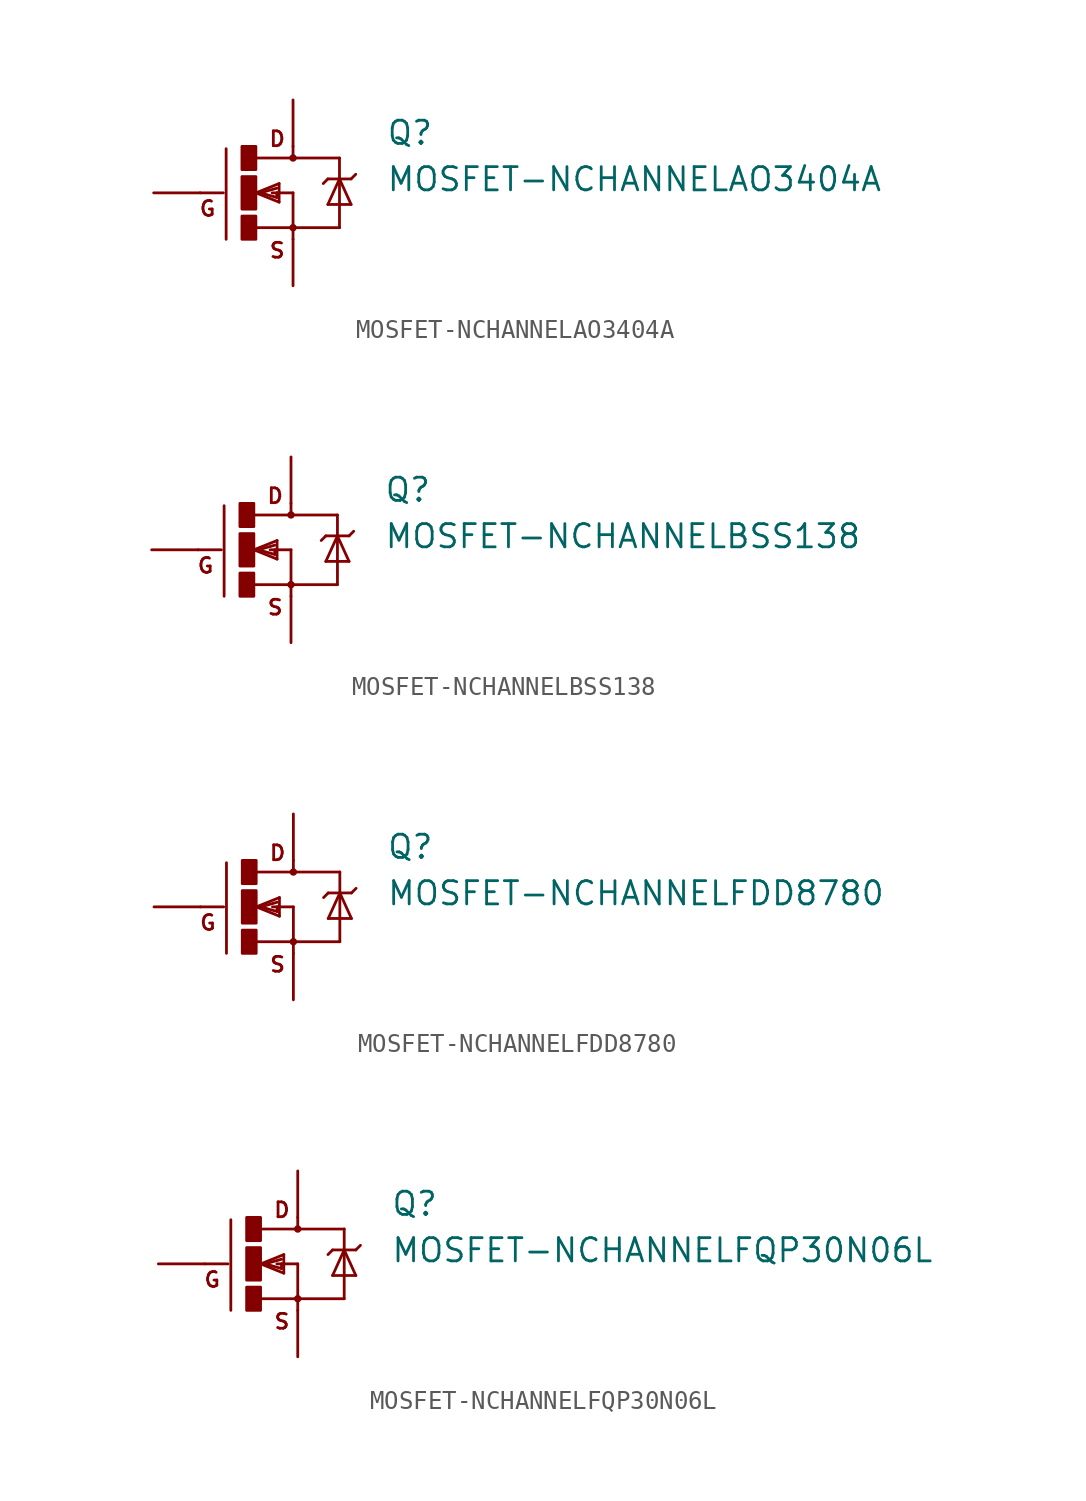
<source format=kicad_sym>
(kicad_symbol_lib
  (version 20211014)
  (generator kicad_symbol_editor)
  (symbol "MOSFET-NCHANNELAO3404A"
    (pin_numbers hide)
    (pin_names
      (offset 1.016) hide)
    (property "Reference" "Q"
      (at 5.08 2.54 0)
      (effects (font (size 1.27 1.27)) (justify left bottom)))
    (property "Value" "MOSFET-NCHANNELAO3404A"
      (at 5.08 0 0)
      (effects (font (size 1.27 1.27)) (justify left bottom)))
    (property "ki_locked" ""
      (at 0 0 0)
      (effects (font (size 1.27 1.27))))
    (symbol "MOSFET-NCHANNELAO3404A_1_0"
      (polyline (pts (xy -3.81 0) (xy -5.08 0)) (stroke (width 0) (type default) (color 0 0 0 0)) (fill (type none)))
      (polyline (pts (xy -3.658 2.413) (xy -3.658 -2.54)) (stroke (width 0) (type default) (color 0 0 0 0)) (fill (type none)))
      (polyline (pts (xy -2.032 -1.905) (xy 0 -1.905)) (stroke (width 0) (type default) (color 0 0 0 0)) (fill (type none)))
      (polyline (pts (xy -2.032 0) (xy -0.762 -0.508)) (stroke (width 0) (type default) (color 0 0 0 0)) (fill (type none)))
      (polyline (pts (xy -1.778 0) (xy -0.889 -0.254)) (stroke (width 0) (type default) (color 0 0 0 0)) (fill (type none)))
      (polyline (pts (xy -0.889 -0.254) (xy -0.889 0)) (stroke (width 0) (type default) (color 0 0 0 0)) (fill (type none)))
      (polyline (pts (xy -0.889 0) (xy -1.143 0)) (stroke (width 0) (type default) (color 0 0 0 0)) (fill (type none)))
      (polyline (pts (xy -0.889 0) (xy 0 0)) (stroke (width 0) (type default) (color 0 0 0 0)) (fill (type none)))
      (polyline (pts (xy -0.889 0.254) (xy -1.778 0)) (stroke (width 0) (type default) (color 0 0 0 0)) (fill (type none)))
      (polyline (pts (xy -0.762 -0.508) (xy -0.762 0.508)) (stroke (width 0) (type default) (color 0 0 0 0)) (fill (type none)))
      (polyline (pts (xy -0.762 0.508) (xy -2.032 0)) (stroke (width 0) (type default) (color 0 0 0 0)) (fill (type none)))
      (polyline (pts (xy 0 -1.905) (xy 0 -2.54)) (stroke (width 0) (type default) (color 0 0 0 0)) (fill (type none)))
      (polyline (pts (xy 0 0) (xy 0 -1.905)) (stroke (width 0) (type default) (color 0 0 0 0)) (fill (type none)))
      (polyline (pts (xy 0 1.905) (xy -2.007 1.905)) (stroke (width 0) (type default) (color 0 0 0 0)) (fill (type none)))
      (polyline (pts (xy 0 1.905) (xy 2.54 1.905)) (stroke (width 0) (type default) (color 0 0 0 0)) (fill (type none)))
      (polyline (pts (xy 0 2.54) (xy 0 1.905)) (stroke (width 0) (type default) (color 0 0 0 0)) (fill (type none)))
      (polyline (pts (xy 1.905 -0.635) (xy 3.175 -0.635)) (stroke (width 0) (type default) (color 0 0 0 0)) (fill (type none)))
      (polyline (pts (xy 1.905 0.762) (xy 1.651 0.508)) (stroke (width 0) (type default) (color 0 0 0 0)) (fill (type none)))
      (polyline (pts (xy 1.905 0.762) (xy 2.54 0.762)) (stroke (width 0) (type default) (color 0 0 0 0)) (fill (type none)))
      (polyline (pts (xy 2.54 -1.905) (xy 0 -1.905)) (stroke (width 0) (type default) (color 0 0 0 0)) (fill (type none)))
      (polyline (pts (xy 2.54 0.762) (xy 1.905 -0.635)) (stroke (width 0) (type default) (color 0 0 0 0)) (fill (type none)))
      (polyline (pts (xy 2.54 0.762) (xy 2.54 -1.905)) (stroke (width 0) (type default) (color 0 0 0 0)) (fill (type none)))
      (polyline (pts (xy 2.54 0.762) (xy 3.175 0.762)) (stroke (width 0) (type default) (color 0 0 0 0)) (fill (type none)))
      (polyline (pts (xy 2.54 1.905) (xy 2.54 0.762)) (stroke (width 0) (type default) (color 0 0 0 0)) (fill (type none)))
      (polyline (pts (xy 3.175 -0.635) (xy 2.54 0.762)) (stroke (width 0) (type default) (color 0 0 0 0)) (fill (type none)))
      (polyline (pts (xy 3.175 0.762) (xy 3.429 1.016)) (stroke (width 0) (type default) (color 0 0 0 0)) (fill (type none)))
      (text "D" (at -0.864 2.946 0) (effects (font (size 0.813 0.813))))
      (text "G" (at -4.674 -0.864 0) (effects (font (size 0.813 0.813))))
      (text "S" (at -0.864 -3.15 0) (effects (font (size 0.813 0.813)))))
    (symbol "MOSFET-NCHANNELAO3404A_1_1"
      (rectangle (start -2.794 -2.54) (end -2.032 -1.27) (stroke (width 0) (type default) (color 0 0 0 0)) (fill (type outline)))
      (rectangle (start -2.794 -0.889) (end -2.032 0.889) (stroke (width 0) (type default) (color 0 0 0 0)) (fill (type outline)))
      (rectangle (start -2.794 1.27) (end -2.032 2.54) (stroke (width 0) (type default) (color 0 0 0 0)) (fill (type outline)))
      (circle (center 0 -1.905) (radius 0.127) (stroke (width 0) (type default) (color 0 0 0 0)) (fill (type outline)))
      (circle (center 0 1.905) (radius 0.127) (stroke (width 0) (type default) (color 0 0 0 0)) (fill (type outline)))
      (pin passive line (at -7.62 0 0) (length 2.54) (name "G" (effects (font (size 1.016 1.016)))) (number "1" (effects (font (size 1.016 1.016)))))
      (pin passive line (at 0 -5.08 90) (length 2.54) (name "S" (effects (font (size 1.016 1.016)))) (number "2" (effects (font (size 1.016 1.016)))))
      (pin passive line (at 0 5.08 270) (length 2.54) (name "D" (effects (font (size 1.016 1.016)))) (number "3" (effects (font (size 1.016 1.016)))))))
  (symbol "MOSFET-NCHANNELBSS138"
    (pin_numbers hide)
    (pin_names
      (offset 1.016) hide)
    (property "Reference" "Q"
      (at 5.08 2.54 0)
      (effects (font (size 1.27 1.27)) (justify left bottom)))
    (property "Value" "MOSFET-NCHANNELBSS138"
      (at 5.08 0 0)
      (effects (font (size 1.27 1.27)) (justify left bottom)))
    (property "ki_locked" ""
      (at 0 0 0)
      (effects (font (size 1.27 1.27))))
    (symbol "MOSFET-NCHANNELBSS138_1_0"
      (polyline (pts (xy -3.81 0) (xy -5.08 0)) (stroke (width 0) (type default) (color 0 0 0 0)) (fill (type none)))
      (polyline (pts (xy -3.658 2.413) (xy -3.658 -2.54)) (stroke (width 0) (type default) (color 0 0 0 0)) (fill (type none)))
      (polyline (pts (xy -2.032 -1.905) (xy 0 -1.905)) (stroke (width 0) (type default) (color 0 0 0 0)) (fill (type none)))
      (polyline (pts (xy -2.032 0) (xy -0.762 -0.508)) (stroke (width 0) (type default) (color 0 0 0 0)) (fill (type none)))
      (polyline (pts (xy -1.778 0) (xy -0.889 -0.254)) (stroke (width 0) (type default) (color 0 0 0 0)) (fill (type none)))
      (polyline (pts (xy -0.889 -0.254) (xy -0.889 0)) (stroke (width 0) (type default) (color 0 0 0 0)) (fill (type none)))
      (polyline (pts (xy -0.889 0) (xy -1.143 0)) (stroke (width 0) (type default) (color 0 0 0 0)) (fill (type none)))
      (polyline (pts (xy -0.889 0) (xy 0 0)) (stroke (width 0) (type default) (color 0 0 0 0)) (fill (type none)))
      (polyline (pts (xy -0.889 0.254) (xy -1.778 0)) (stroke (width 0) (type default) (color 0 0 0 0)) (fill (type none)))
      (polyline (pts (xy -0.762 -0.508) (xy -0.762 0.508)) (stroke (width 0) (type default) (color 0 0 0 0)) (fill (type none)))
      (polyline (pts (xy -0.762 0.508) (xy -2.032 0)) (stroke (width 0) (type default) (color 0 0 0 0)) (fill (type none)))
      (polyline (pts (xy 0 -1.905) (xy 0 -2.54)) (stroke (width 0) (type default) (color 0 0 0 0)) (fill (type none)))
      (polyline (pts (xy 0 0) (xy 0 -1.905)) (stroke (width 0) (type default) (color 0 0 0 0)) (fill (type none)))
      (polyline (pts (xy 0 1.905) (xy -2.007 1.905)) (stroke (width 0) (type default) (color 0 0 0 0)) (fill (type none)))
      (polyline (pts (xy 0 1.905) (xy 2.54 1.905)) (stroke (width 0) (type default) (color 0 0 0 0)) (fill (type none)))
      (polyline (pts (xy 0 2.54) (xy 0 1.905)) (stroke (width 0) (type default) (color 0 0 0 0)) (fill (type none)))
      (polyline (pts (xy 1.905 -0.635) (xy 3.175 -0.635)) (stroke (width 0) (type default) (color 0 0 0 0)) (fill (type none)))
      (polyline (pts (xy 1.905 0.762) (xy 1.651 0.508)) (stroke (width 0) (type default) (color 0 0 0 0)) (fill (type none)))
      (polyline (pts (xy 1.905 0.762) (xy 2.54 0.762)) (stroke (width 0) (type default) (color 0 0 0 0)) (fill (type none)))
      (polyline (pts (xy 2.54 -1.905) (xy 0 -1.905)) (stroke (width 0) (type default) (color 0 0 0 0)) (fill (type none)))
      (polyline (pts (xy 2.54 0.762) (xy 1.905 -0.635)) (stroke (width 0) (type default) (color 0 0 0 0)) (fill (type none)))
      (polyline (pts (xy 2.54 0.762) (xy 2.54 -1.905)) (stroke (width 0) (type default) (color 0 0 0 0)) (fill (type none)))
      (polyline (pts (xy 2.54 0.762) (xy 3.175 0.762)) (stroke (width 0) (type default) (color 0 0 0 0)) (fill (type none)))
      (polyline (pts (xy 2.54 1.905) (xy 2.54 0.762)) (stroke (width 0) (type default) (color 0 0 0 0)) (fill (type none)))
      (polyline (pts (xy 3.175 -0.635) (xy 2.54 0.762)) (stroke (width 0) (type default) (color 0 0 0 0)) (fill (type none)))
      (polyline (pts (xy 3.175 0.762) (xy 3.429 1.016)) (stroke (width 0) (type default) (color 0 0 0 0)) (fill (type none)))
      (text "D" (at -0.864 2.946 0) (effects (font (size 0.813 0.813))))
      (text "G" (at -4.674 -0.864 0) (effects (font (size 0.813 0.813))))
      (text "S" (at -0.864 -3.15 0) (effects (font (size 0.813 0.813)))))
    (symbol "MOSFET-NCHANNELBSS138_1_1"
      (rectangle (start -2.794 -2.54) (end -2.032 -1.27) (stroke (width 0) (type default) (color 0 0 0 0)) (fill (type outline)))
      (rectangle (start -2.794 -0.889) (end -2.032 0.889) (stroke (width 0) (type default) (color 0 0 0 0)) (fill (type outline)))
      (rectangle (start -2.794 1.27) (end -2.032 2.54) (stroke (width 0) (type default) (color 0 0 0 0)) (fill (type outline)))
      (circle (center 0 -1.905) (radius 0.127) (stroke (width 0) (type default) (color 0 0 0 0)) (fill (type outline)))
      (circle (center 0 1.905) (radius 0.127) (stroke (width 0) (type default) (color 0 0 0 0)) (fill (type outline)))
      (pin passive line (at -7.62 0 0) (length 2.54) (name "G" (effects (font (size 1.016 1.016)))) (number "1" (effects (font (size 1.016 1.016)))))
      (pin passive line (at 0 -5.08 90) (length 2.54) (name "S" (effects (font (size 1.016 1.016)))) (number "2" (effects (font (size 1.016 1.016)))))
      (pin passive line (at 0 5.08 270) (length 2.54) (name "D" (effects (font (size 1.016 1.016)))) (number "3" (effects (font (size 1.016 1.016)))))))
  (symbol "MOSFET-NCHANNELFDD8780"
    (pin_numbers hide)
    (pin_names
      (offset 1.016) hide)
    (property "Reference" "Q"
      (at 5.08 2.54 0)
      (effects (font (size 1.27 1.27)) (justify left bottom)))
    (property "Value" "MOSFET-NCHANNELFDD8780"
      (at 5.08 0 0)
      (effects (font (size 1.27 1.27)) (justify left bottom)))
    (property "ki_locked" ""
      (at 0 0 0)
      (effects (font (size 1.27 1.27))))
    (symbol "MOSFET-NCHANNELFDD8780_1_0"
      (polyline (pts (xy -3.81 0) (xy -5.08 0)) (stroke (width 0) (type default) (color 0 0 0 0)) (fill (type none)))
      (polyline (pts (xy -3.658 2.413) (xy -3.658 -2.54)) (stroke (width 0) (type default) (color 0 0 0 0)) (fill (type none)))
      (polyline (pts (xy -2.032 -1.905) (xy 0 -1.905)) (stroke (width 0) (type default) (color 0 0 0 0)) (fill (type none)))
      (polyline (pts (xy -2.032 0) (xy -0.762 -0.508)) (stroke (width 0) (type default) (color 0 0 0 0)) (fill (type none)))
      (polyline (pts (xy -1.778 0) (xy -0.889 -0.254)) (stroke (width 0) (type default) (color 0 0 0 0)) (fill (type none)))
      (polyline (pts (xy -0.889 -0.254) (xy -0.889 0)) (stroke (width 0) (type default) (color 0 0 0 0)) (fill (type none)))
      (polyline (pts (xy -0.889 0) (xy -1.143 0)) (stroke (width 0) (type default) (color 0 0 0 0)) (fill (type none)))
      (polyline (pts (xy -0.889 0) (xy 0 0)) (stroke (width 0) (type default) (color 0 0 0 0)) (fill (type none)))
      (polyline (pts (xy -0.889 0.254) (xy -1.778 0)) (stroke (width 0) (type default) (color 0 0 0 0)) (fill (type none)))
      (polyline (pts (xy -0.762 -0.508) (xy -0.762 0.508)) (stroke (width 0) (type default) (color 0 0 0 0)) (fill (type none)))
      (polyline (pts (xy -0.762 0.508) (xy -2.032 0)) (stroke (width 0) (type default) (color 0 0 0 0)) (fill (type none)))
      (polyline (pts (xy 0 -1.905) (xy 0 -2.54)) (stroke (width 0) (type default) (color 0 0 0 0)) (fill (type none)))
      (polyline (pts (xy 0 0) (xy 0 -1.905)) (stroke (width 0) (type default) (color 0 0 0 0)) (fill (type none)))
      (polyline (pts (xy 0 1.905) (xy -2.007 1.905)) (stroke (width 0) (type default) (color 0 0 0 0)) (fill (type none)))
      (polyline (pts (xy 0 1.905) (xy 2.54 1.905)) (stroke (width 0) (type default) (color 0 0 0 0)) (fill (type none)))
      (polyline (pts (xy 0 2.54) (xy 0 1.905)) (stroke (width 0) (type default) (color 0 0 0 0)) (fill (type none)))
      (polyline (pts (xy 1.905 -0.635) (xy 3.175 -0.635)) (stroke (width 0) (type default) (color 0 0 0 0)) (fill (type none)))
      (polyline (pts (xy 1.905 0.762) (xy 1.651 0.508)) (stroke (width 0) (type default) (color 0 0 0 0)) (fill (type none)))
      (polyline (pts (xy 1.905 0.762) (xy 2.54 0.762)) (stroke (width 0) (type default) (color 0 0 0 0)) (fill (type none)))
      (polyline (pts (xy 2.54 -1.905) (xy 0 -1.905)) (stroke (width 0) (type default) (color 0 0 0 0)) (fill (type none)))
      (polyline (pts (xy 2.54 0.762) (xy 1.905 -0.635)) (stroke (width 0) (type default) (color 0 0 0 0)) (fill (type none)))
      (polyline (pts (xy 2.54 0.762) (xy 2.54 -1.905)) (stroke (width 0) (type default) (color 0 0 0 0)) (fill (type none)))
      (polyline (pts (xy 2.54 0.762) (xy 3.175 0.762)) (stroke (width 0) (type default) (color 0 0 0 0)) (fill (type none)))
      (polyline (pts (xy 2.54 1.905) (xy 2.54 0.762)) (stroke (width 0) (type default) (color 0 0 0 0)) (fill (type none)))
      (polyline (pts (xy 3.175 -0.635) (xy 2.54 0.762)) (stroke (width 0) (type default) (color 0 0 0 0)) (fill (type none)))
      (polyline (pts (xy 3.175 0.762) (xy 3.429 1.016)) (stroke (width 0) (type default) (color 0 0 0 0)) (fill (type none)))
      (text "D" (at -0.864 2.946 0) (effects (font (size 0.813 0.813))))
      (text "G" (at -4.674 -0.864 0) (effects (font (size 0.813 0.813))))
      (text "S" (at -0.864 -3.15 0) (effects (font (size 0.813 0.813)))))
    (symbol "MOSFET-NCHANNELFDD8780_1_1"
      (rectangle (start -2.794 -2.54) (end -2.032 -1.27) (stroke (width 0) (type default) (color 0 0 0 0)) (fill (type outline)))
      (rectangle (start -2.794 -0.889) (end -2.032 0.889) (stroke (width 0) (type default) (color 0 0 0 0)) (fill (type outline)))
      (rectangle (start -2.794 1.27) (end -2.032 2.54) (stroke (width 0) (type default) (color 0 0 0 0)) (fill (type outline)))
      (circle (center 0 -1.905) (radius 0.127) (stroke (width 0) (type default) (color 0 0 0 0)) (fill (type outline)))
      (circle (center 0 1.905) (radius 0.127) (stroke (width 0) (type default) (color 0 0 0 0)) (fill (type outline)))
      (pin passive line (at -7.62 0 0) (length 2.54) (name "G" (effects (font (size 1.016 1.016)))) (number "1" (effects (font (size 1.016 1.016)))))
      (pin passive line (at 0 -5.08 90) (length 2.54) (name "S" (effects (font (size 1.016 1.016)))) (number "3" (effects (font (size 1.016 1.016)))))
      (pin passive line (at 0 5.08 270) (length 2.54) (name "D" (effects (font (size 1.016 1.016)))) (number "4" (effects (font (size 1.016 1.016)))))))
  (symbol "MOSFET-NCHANNELFQP30N06L"
    (pin_numbers hide)
    (pin_names
      (offset 1.016) hide)
    (property "Reference" "Q"
      (at 5.08 2.54 0)
      (effects (font (size 1.27 1.27)) (justify left bottom)))
    (property "Value" "MOSFET-NCHANNELFQP30N06L"
      (at 5.08 0 0)
      (effects (font (size 1.27 1.27)) (justify left bottom)))
    (property "ki_locked" ""
      (at 0 0 0)
      (effects (font (size 1.27 1.27))))
    (symbol "MOSFET-NCHANNELFQP30N06L_1_0"
      (polyline (pts (xy -3.81 0) (xy -5.08 0)) (stroke (width 0) (type default) (color 0 0 0 0)) (fill (type none)))
      (polyline (pts (xy -3.658 2.413) (xy -3.658 -2.54)) (stroke (width 0) (type default) (color 0 0 0 0)) (fill (type none)))
      (polyline (pts (xy -2.032 -1.905) (xy 0 -1.905)) (stroke (width 0) (type default) (color 0 0 0 0)) (fill (type none)))
      (polyline (pts (xy -2.032 0) (xy -0.762 -0.508)) (stroke (width 0) (type default) (color 0 0 0 0)) (fill (type none)))
      (polyline (pts (xy -1.778 0) (xy -0.889 -0.254)) (stroke (width 0) (type default) (color 0 0 0 0)) (fill (type none)))
      (polyline (pts (xy -0.889 -0.254) (xy -0.889 0)) (stroke (width 0) (type default) (color 0 0 0 0)) (fill (type none)))
      (polyline (pts (xy -0.889 0) (xy -1.143 0)) (stroke (width 0) (type default) (color 0 0 0 0)) (fill (type none)))
      (polyline (pts (xy -0.889 0) (xy 0 0)) (stroke (width 0) (type default) (color 0 0 0 0)) (fill (type none)))
      (polyline (pts (xy -0.889 0.254) (xy -1.778 0)) (stroke (width 0) (type default) (color 0 0 0 0)) (fill (type none)))
      (polyline (pts (xy -0.762 -0.508) (xy -0.762 0.508)) (stroke (width 0) (type default) (color 0 0 0 0)) (fill (type none)))
      (polyline (pts (xy -0.762 0.508) (xy -2.032 0)) (stroke (width 0) (type default) (color 0 0 0 0)) (fill (type none)))
      (polyline (pts (xy 0 -1.905) (xy 0 -2.54)) (stroke (width 0) (type default) (color 0 0 0 0)) (fill (type none)))
      (polyline (pts (xy 0 0) (xy 0 -1.905)) (stroke (width 0) (type default) (color 0 0 0 0)) (fill (type none)))
      (polyline (pts (xy 0 1.905) (xy -2.007 1.905)) (stroke (width 0) (type default) (color 0 0 0 0)) (fill (type none)))
      (polyline (pts (xy 0 1.905) (xy 2.54 1.905)) (stroke (width 0) (type default) (color 0 0 0 0)) (fill (type none)))
      (polyline (pts (xy 0 2.54) (xy 0 1.905)) (stroke (width 0) (type default) (color 0 0 0 0)) (fill (type none)))
      (polyline (pts (xy 1.905 -0.635) (xy 3.175 -0.635)) (stroke (width 0) (type default) (color 0 0 0 0)) (fill (type none)))
      (polyline (pts (xy 1.905 0.762) (xy 1.651 0.508)) (stroke (width 0) (type default) (color 0 0 0 0)) (fill (type none)))
      (polyline (pts (xy 1.905 0.762) (xy 2.54 0.762)) (stroke (width 0) (type default) (color 0 0 0 0)) (fill (type none)))
      (polyline (pts (xy 2.54 -1.905) (xy 0 -1.905)) (stroke (width 0) (type default) (color 0 0 0 0)) (fill (type none)))
      (polyline (pts (xy 2.54 0.762) (xy 1.905 -0.635)) (stroke (width 0) (type default) (color 0 0 0 0)) (fill (type none)))
      (polyline (pts (xy 2.54 0.762) (xy 2.54 -1.905)) (stroke (width 0) (type default) (color 0 0 0 0)) (fill (type none)))
      (polyline (pts (xy 2.54 0.762) (xy 3.175 0.762)) (stroke (width 0) (type default) (color 0 0 0 0)) (fill (type none)))
      (polyline (pts (xy 2.54 1.905) (xy 2.54 0.762)) (stroke (width 0) (type default) (color 0 0 0 0)) (fill (type none)))
      (polyline (pts (xy 3.175 -0.635) (xy 2.54 0.762)) (stroke (width 0) (type default) (color 0 0 0 0)) (fill (type none)))
      (polyline (pts (xy 3.175 0.762) (xy 3.429 1.016)) (stroke (width 0) (type default) (color 0 0 0 0)) (fill (type none)))
      (text "D" (at -0.864 2.946 0) (effects (font (size 0.813 0.813))))
      (text "G" (at -4.674 -0.864 0) (effects (font (size 0.813 0.813))))
      (text "S" (at -0.864 -3.15 0) (effects (font (size 0.813 0.813)))))
    (symbol "MOSFET-NCHANNELFQP30N06L_1_1"
      (rectangle (start -2.794 -2.54) (end -2.032 -1.27) (stroke (width 0) (type default) (color 0 0 0 0)) (fill (type outline)))
      (rectangle (start -2.794 -0.889) (end -2.032 0.889) (stroke (width 0) (type default) (color 0 0 0 0)) (fill (type outline)))
      (rectangle (start -2.794 1.27) (end -2.032 2.54) (stroke (width 0) (type default) (color 0 0 0 0)) (fill (type outline)))
      (circle (center 0 -1.905) (radius 0.127) (stroke (width 0) (type default) (color 0 0 0 0)) (fill (type outline)))
      (circle (center 0 1.905) (radius 0.127) (stroke (width 0) (type default) (color 0 0 0 0)) (fill (type outline)))
      (pin passive line (at -7.62 0 0) (length 2.54) (name "G" (effects (font (size 1.016 1.016)))) (number "1" (effects (font (size 1.016 1.016)))))
      (pin passive line (at 0 5.08 270) (length 2.54) (name "D" (effects (font (size 1.016 1.016)))) (number "2" (effects (font (size 1.016 1.016)))))
      (pin passive line (at 0 -5.08 90) (length 2.54) (name "S" (effects (font (size 1.016 1.016)))) (number "3" (effects (font (size 1.016 1.016))))))))
</source>
